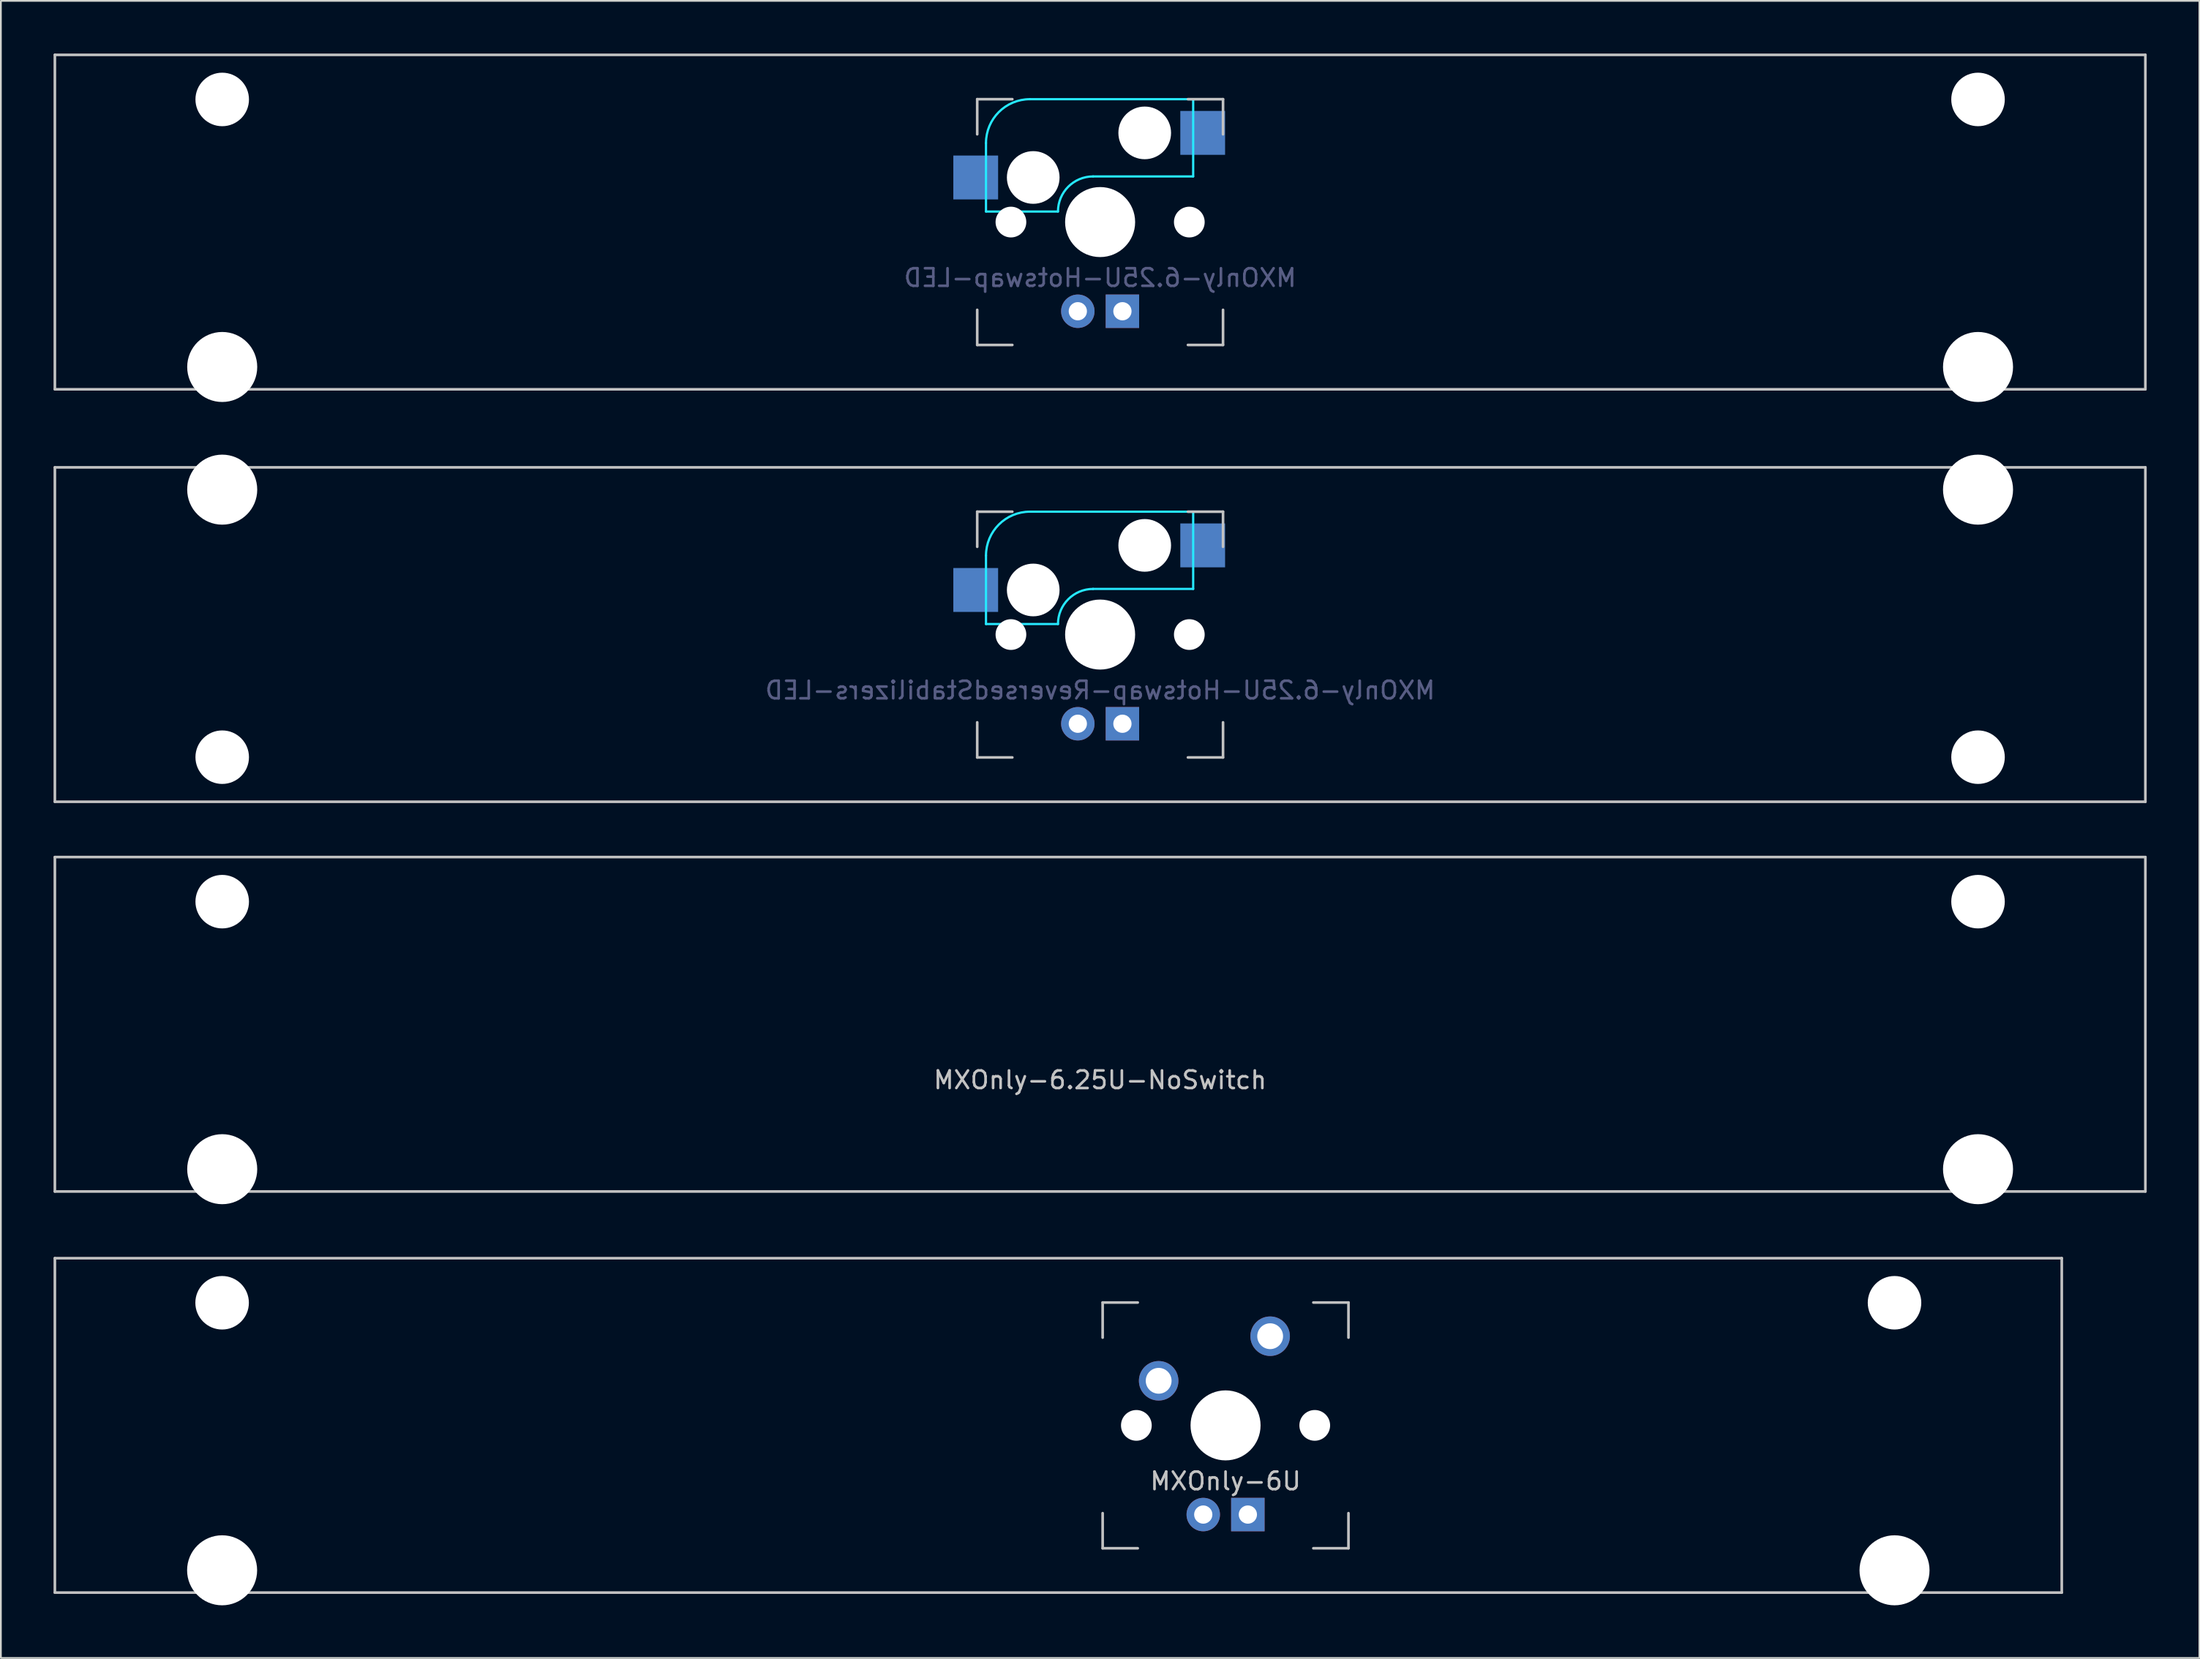
<source format=kicad_pcb>
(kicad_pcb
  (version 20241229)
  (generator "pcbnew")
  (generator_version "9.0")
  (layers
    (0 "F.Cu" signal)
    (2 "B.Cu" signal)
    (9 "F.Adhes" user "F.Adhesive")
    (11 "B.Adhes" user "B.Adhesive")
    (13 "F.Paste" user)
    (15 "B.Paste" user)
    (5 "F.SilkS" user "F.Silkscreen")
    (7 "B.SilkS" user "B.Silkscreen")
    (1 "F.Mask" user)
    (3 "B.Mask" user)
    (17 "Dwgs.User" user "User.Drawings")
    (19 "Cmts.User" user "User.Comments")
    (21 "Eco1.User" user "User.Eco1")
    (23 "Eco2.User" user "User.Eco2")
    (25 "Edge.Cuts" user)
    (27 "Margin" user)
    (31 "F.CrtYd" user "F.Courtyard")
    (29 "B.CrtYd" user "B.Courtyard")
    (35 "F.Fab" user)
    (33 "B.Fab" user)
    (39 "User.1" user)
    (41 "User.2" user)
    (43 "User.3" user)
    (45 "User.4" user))
  (footprint "MXOnly-6U"
    (layer "F.Cu")
    (at 57.225 78.147)
    (property "Reference" "MXOnly-6U" (at 9.525 3.175 0) (layer "Dwgs.User") (effects (font (size 1 1) (thickness 0.15))))
    (attr through_hole)
    (fp_line (start -57.15 -9.525) (end 57.15 -9.525) (stroke (width 0.15) (type solid)) (layer "Dwgs.User"))
    (fp_line (start -57.15 9.525) (end -57.15 -9.525) (stroke (width 0.15) (type solid)) (layer "Dwgs.User"))
    (fp_line (start -57.15 9.525) (end 57.15 9.525) (stroke (width 0.15) (type solid)) (layer "Dwgs.User"))
    (fp_line (start 2.525 -7) (end 2.525 -5) (stroke (width 0.15) (type solid)) (layer "Dwgs.User"))
    (fp_line (start 2.525 5) (end 2.525 7) (stroke (width 0.15) (type solid)) (layer "Dwgs.User"))
    (fp_line (start 2.525 7) (end 4.525 7) (stroke (width 0.15) (type solid)) (layer "Dwgs.User"))
    (fp_line (start 4.525 -7) (end 2.525 -7) (stroke (width 0.15) (type solid)) (layer "Dwgs.User"))
    (fp_line (start 14.525 -7) (end 16.525 -7) (stroke (width 0.15) (type solid)) (layer "Dwgs.User"))
    (fp_line (start 14.525 7) (end 16.525 7) (stroke (width 0.15) (type solid)) (layer "Dwgs.User"))
    (fp_line (start 16.525 -7) (end 16.525 -5) (stroke (width 0.15) (type solid)) (layer "Dwgs.User"))
    (fp_line (start 16.525 7) (end 16.525 5) (stroke (width 0.15) (type solid)) (layer "Dwgs.User"))
    (fp_line (start 57.15 -9.525) (end 57.15 9.525) (stroke (width 0.15) (type solid)) (layer "Dwgs.User"))
    (pad "" np_thru_hole circle (at -47.625 -6.985) (size 3.048 3.048) (drill 3.048) (layers "*.Cu" "*.Mask"))
    (pad "" np_thru_hole circle (at -47.625 8.255) (size 3.988 3.988) (drill 3.988) (layers "*.Cu" "*.Mask"))
    (pad "" np_thru_hole circle (at 4.445 0 48.1) (size 1.75 1.75) (drill 1.75) (layers "*.Cu" "*.Mask"))
    (pad "" np_thru_hole circle (at 9.525 0) (size 3.988 3.988) (drill 3.988) (layers "*.Cu" "*.Mask"))
    (pad "" np_thru_hole circle (at 14.605 0 48.1) (size 1.75 1.75) (drill 1.75) (layers "*.Cu" "*.Mask"))
    (pad "" np_thru_hole circle (at 47.625 -6.985) (size 3.048 3.048) (drill 3.048) (layers "*.Cu" "*.Mask"))
    (pad "" np_thru_hole circle (at 47.625 8.255) (size 3.988 3.988) (drill 3.988) (layers "*.Cu" "*.Mask"))
    (pad "1" thru_hole circle (at 5.715 -2.54) (size 2.25 2.25) (drill 1.47) (layers "*.Cu" "B.Mask"))
    (pad "2" thru_hole circle (at 12.065 -5.08) (size 2.25 2.25) (drill 1.47) (layers "*.Cu" "B.Mask"))
    (pad "3" thru_hole circle (at 8.255 5.08) (size 1.905 1.905) (drill 1.04) (layers "*.Cu" "B.Mask"))
    (pad "4" thru_hole rect (at 10.795 5.08) (size 1.905 1.905) (drill 1.04) (layers "*.Cu" "B.Mask")))
  (footprint "MXOnly-6.25U-Hotswap-LED"
    (layer "F.Cu")
    (at 59.606 9.6)
    (property "Reference" "MXOnly-6.25U-Hotswap-LED" (at 0 3.175 0) (layer "B.Fab") (effects (font (size 1 1) (thickness 0.15)) (justify mirror)))
    (attr through_hole)
    (fp_line (start -59.531 -9.525) (end 59.531 -9.525) (stroke (width 0.15) (type solid)) (layer "Dwgs.User"))
    (fp_line (start -59.531 9.525) (end -59.531 -9.525) (stroke (width 0.15) (type solid)) (layer "Dwgs.User"))
    (fp_line (start -59.531 9.525) (end 59.531 9.525) (stroke (width 0.15) (type solid)) (layer "Dwgs.User"))
    (fp_line (start -7 -7) (end -7 -5) (stroke (width 0.15) (type solid)) (layer "Dwgs.User"))
    (fp_line (start -7 5) (end -7 7) (stroke (width 0.15) (type solid)) (layer "Dwgs.User"))
    (fp_line (start -7 7) (end -5 7) (stroke (width 0.15) (type solid)) (layer "Dwgs.User"))
    (fp_line (start -5 -7) (end -7 -7) (stroke (width 0.15) (type solid)) (layer "Dwgs.User"))
    (fp_line (start 5 -7) (end 7 -7) (stroke (width 0.15) (type solid)) (layer "Dwgs.User"))
    (fp_line (start 5 7) (end 7 7) (stroke (width 0.15) (type solid)) (layer "Dwgs.User"))
    (fp_line (start 7 -7) (end 7 -5) (stroke (width 0.15) (type solid)) (layer "Dwgs.User"))
    (fp_line (start 7 7) (end 7 5) (stroke (width 0.15) (type solid)) (layer "Dwgs.User"))
    (fp_line (start 59.531 -9.525) (end 59.531 9.525) (stroke (width 0.15) (type solid)) (layer "Dwgs.User"))
    (fp_line (start -6.5 -4.5) (end -6.5 -0.6) (stroke (width 0.127) (type solid)) (layer "B.CrtYd"))
    (fp_line (start -6.5 -0.6) (end -2.4 -0.6) (stroke (width 0.127) (type solid)) (layer "B.CrtYd"))
    (fp_line (start -0.4 -2.6) (end 5.3 -2.6) (stroke (width 0.127) (type solid)) (layer "B.CrtYd"))
    (fp_line (start 5.3 -7) (end -4 -7) (stroke (width 0.127) (type solid)) (layer "B.CrtYd"))
    (fp_line (start 5.3 -7) (end 5.3 -2.6) (stroke (width 0.127) (type solid)) (layer "B.CrtYd"))
    (fp_arc (start -6.5 -4.5) (mid -5.767767 -6.267767) (end -4 -7) (stroke (width 0.127) (type solid)) (layer "B.CrtYd"))
    (fp_arc (start -2.4 -0.6) (mid -1.814214 -2.014214) (end -0.4 -2.6) (stroke (width 0.127) (type solid)) (layer "B.CrtYd"))
    (pad "" np_thru_hole circle (at -50 -6.985) (size 3.048 3.048) (drill 3.048) (layers "*.Cu" "*.Mask"))
    (pad "" np_thru_hole circle (at -50 8.255) (size 3.988 3.988) (drill 3.988) (layers "*.Cu" "*.Mask"))
    (pad "" np_thru_hole circle (at -5.08 0 48.1) (size 1.75 1.75) (drill 1.75) (layers "*.Cu" "*.Mask"))
    (pad "" np_thru_hole circle (at -3.81 -2.54) (size 3 3) (drill 3) (layers "*.Cu" "*.Mask"))
    (pad "" np_thru_hole circle (at 0 0) (size 3.988 3.988) (drill 3.988) (layers "*.Cu" "*.Mask"))
    (pad "" np_thru_hole circle (at 2.54 -5.08) (size 3 3) (drill 3) (layers "*.Cu" "*.Mask"))
    (pad "" np_thru_hole circle (at 5.08 0 48.1) (size 1.75 1.75) (drill 1.75) (layers "*.Cu" "*.Mask"))
    (pad "" np_thru_hole circle (at 50 -6.985) (size 3.048 3.048) (drill 3.048) (layers "*.Cu" "*.Mask"))
    (pad "" np_thru_hole circle (at 50 8.255) (size 3.988 3.988) (drill 3.988) (layers "*.Cu" "*.Mask"))
    (pad "1" smd rect (at -7.085 -2.54) (size 2.55 2.5) (layers "B.Cu" "B.Mask" "B.Paste"))
    (pad "2" smd rect (at 5.842 -5.08) (size 2.55 2.5) (layers "B.Cu" "B.Mask" "B.Paste"))
    (pad "3" thru_hole circle (at -1.27 5.08) (size 1.905 1.905) (drill 1.04) (layers "*.Cu" "B.Mask"))
    (pad "4" thru_hole rect (at 1.27 5.08) (size 1.905 1.905) (drill 1.04) (layers "*.Cu" "B.Mask")))
  (footprint "MXOnly-6.25U-NoSwitch"
    (layer "F.Cu")
    (at 59.606 55.298)
    (property "Reference" "MXOnly-6.25U-NoSwitch" (at 0 3.175 0) (layer "Dwgs.User") (effects (font (size 1 1) (thickness 0.15))))
    (attr through_hole)
    (fp_line (start -59.531 -9.525) (end 59.531 -9.525) (stroke (width 0.15) (type solid)) (layer "Dwgs.User"))
    (fp_line (start -59.531 9.525) (end -59.531 -9.525) (stroke (width 0.15) (type solid)) (layer "Dwgs.User"))
    (fp_line (start -59.531 9.525) (end 59.531 9.525) (stroke (width 0.15) (type solid)) (layer "Dwgs.User"))
    (fp_line (start 59.531 -9.525) (end 59.531 9.525) (stroke (width 0.15) (type solid)) (layer "Dwgs.User"))
    (pad "" np_thru_hole circle (at -50 -6.985) (size 3.048 3.048) (drill 3.048) (layers "*.Cu" "*.Mask"))
    (pad "" np_thru_hole circle (at -50 8.255) (size 3.988 3.988) (drill 3.988) (layers "*.Cu" "*.Mask"))
    (pad "" np_thru_hole circle (at 50 -6.985) (size 3.048 3.048) (drill 3.048) (layers "*.Cu" "*.Mask"))
    (pad "" np_thru_hole circle (at 50 8.255) (size 3.988 3.988) (drill 3.988) (layers "*.Cu" "*.Mask")))
  (footprint "MXOnly-6.25U-Hotswap-ReversedStabilizers-LED"
    (layer "F.Cu")
    (at 59.606 33.098)
    (property "Reference" "MXOnly-6.25U-Hotswap-ReversedStabilizers-LED" (at 0 3.175 0) (layer "B.Fab") (effects (font (size 1 1) (thickness 0.15)) (justify mirror)))
    (attr through_hole)
    (fp_line (start -59.531 -9.525) (end 59.531 -9.525) (stroke (width 0.15) (type solid)) (layer "Dwgs.User"))
    (fp_line (start -59.531 9.525) (end -59.531 -9.525) (stroke (width 0.15) (type solid)) (layer "Dwgs.User"))
    (fp_line (start -59.531 9.525) (end 59.531 9.525) (stroke (width 0.15) (type solid)) (layer "Dwgs.User"))
    (fp_line (start -7 -7) (end -7 -5) (stroke (width 0.15) (type solid)) (layer "Dwgs.User"))
    (fp_line (start -7 5) (end -7 7) (stroke (width 0.15) (type solid)) (layer "Dwgs.User"))
    (fp_line (start -7 7) (end -5 7) (stroke (width 0.15) (type solid)) (layer "Dwgs.User"))
    (fp_line (start -5 -7) (end -7 -7) (stroke (width 0.15) (type solid)) (layer "Dwgs.User"))
    (fp_line (start 5 -7) (end 7 -7) (stroke (width 0.15) (type solid)) (layer "Dwgs.User"))
    (fp_line (start 5 7) (end 7 7) (stroke (width 0.15) (type solid)) (layer "Dwgs.User"))
    (fp_line (start 7 -7) (end 7 -5) (stroke (width 0.15) (type solid)) (layer "Dwgs.User"))
    (fp_line (start 7 7) (end 7 5) (stroke (width 0.15) (type solid)) (layer "Dwgs.User"))
    (fp_line (start 59.531 -9.525) (end 59.531 9.525) (stroke (width 0.15) (type solid)) (layer "Dwgs.User"))
    (fp_line (start -6.5 -4.5) (end -6.5 -0.6) (stroke (width 0.127) (type solid)) (layer "B.CrtYd"))
    (fp_line (start -6.5 -0.6) (end -2.4 -0.6) (stroke (width 0.127) (type solid)) (layer "B.CrtYd"))
    (fp_line (start -0.4 -2.6) (end 5.3 -2.6) (stroke (width 0.127) (type solid)) (layer "B.CrtYd"))
    (fp_line (start 5.3 -7) (end -4 -7) (stroke (width 0.127) (type solid)) (layer "B.CrtYd"))
    (fp_line (start 5.3 -7) (end 5.3 -2.6) (stroke (width 0.127) (type solid)) (layer "B.CrtYd"))
    (fp_arc (start -6.5 -4.5) (mid -5.767767 -6.267767) (end -4 -7) (stroke (width 0.127) (type solid)) (layer "B.CrtYd"))
    (fp_arc (start -2.4 -0.6) (mid -1.814214 -2.014214) (end -0.4 -2.6) (stroke (width 0.127) (type solid)) (layer "B.CrtYd"))
    (pad "" np_thru_hole circle (at -50 -8.255 180) (size 3.988 3.988) (drill 3.988) (layers "*.Cu" "*.Mask"))
    (pad "" np_thru_hole circle (at -50 6.985 180) (size 3.048 3.048) (drill 3.048) (layers "*.Cu" "*.Mask"))
    (pad "" np_thru_hole circle (at -5.08 0 48.1) (size 1.75 1.75) (drill 1.75) (layers "*.Cu" "*.Mask"))
    (pad "" np_thru_hole circle (at -3.81 -2.54) (size 3 3) (drill 3) (layers "*.Cu" "*.Mask"))
    (pad "" np_thru_hole circle (at 0 0) (size 3.988 3.988) (drill 3.988) (layers "*.Cu" "*.Mask"))
    (pad "" np_thru_hole circle (at 2.54 -5.08) (size 3 3) (drill 3) (layers "*.Cu" "*.Mask"))
    (pad "" np_thru_hole circle (at 5.08 0 48.1) (size 1.75 1.75) (drill 1.75) (layers "*.Cu" "*.Mask"))
    (pad "" np_thru_hole circle (at 50 -8.255 180) (size 3.988 3.988) (drill 3.988) (layers "*.Cu" "*.Mask"))
    (pad "" np_thru_hole circle (at 50 6.985 180) (size 3.048 3.048) (drill 3.048) (layers "*.Cu" "*.Mask"))
    (pad "1" smd rect (at -7.085 -2.54) (size 2.55 2.5) (layers "B.Cu" "B.Mask" "B.Paste"))
    (pad "2" smd rect (at 5.842 -5.08) (size 2.55 2.5) (layers "B.Cu" "B.Mask" "B.Paste"))
    (pad "3" thru_hole circle (at -1.27 5.08) (size 1.905 1.905) (drill 1.04) (layers "*.Cu" "B.Mask"))
    (pad "4" thru_hole rect (at 1.27 5.08) (size 1.905 1.905) (drill 1.04) (layers "*.Cu" "B.Mask")))
  (gr_rect
    (start -3 -3)
    (end 122.213 91.396)
    (stroke (width 0.1) (type default))
    (fill no)
    (layer "Edge.Cuts")))
</source>
